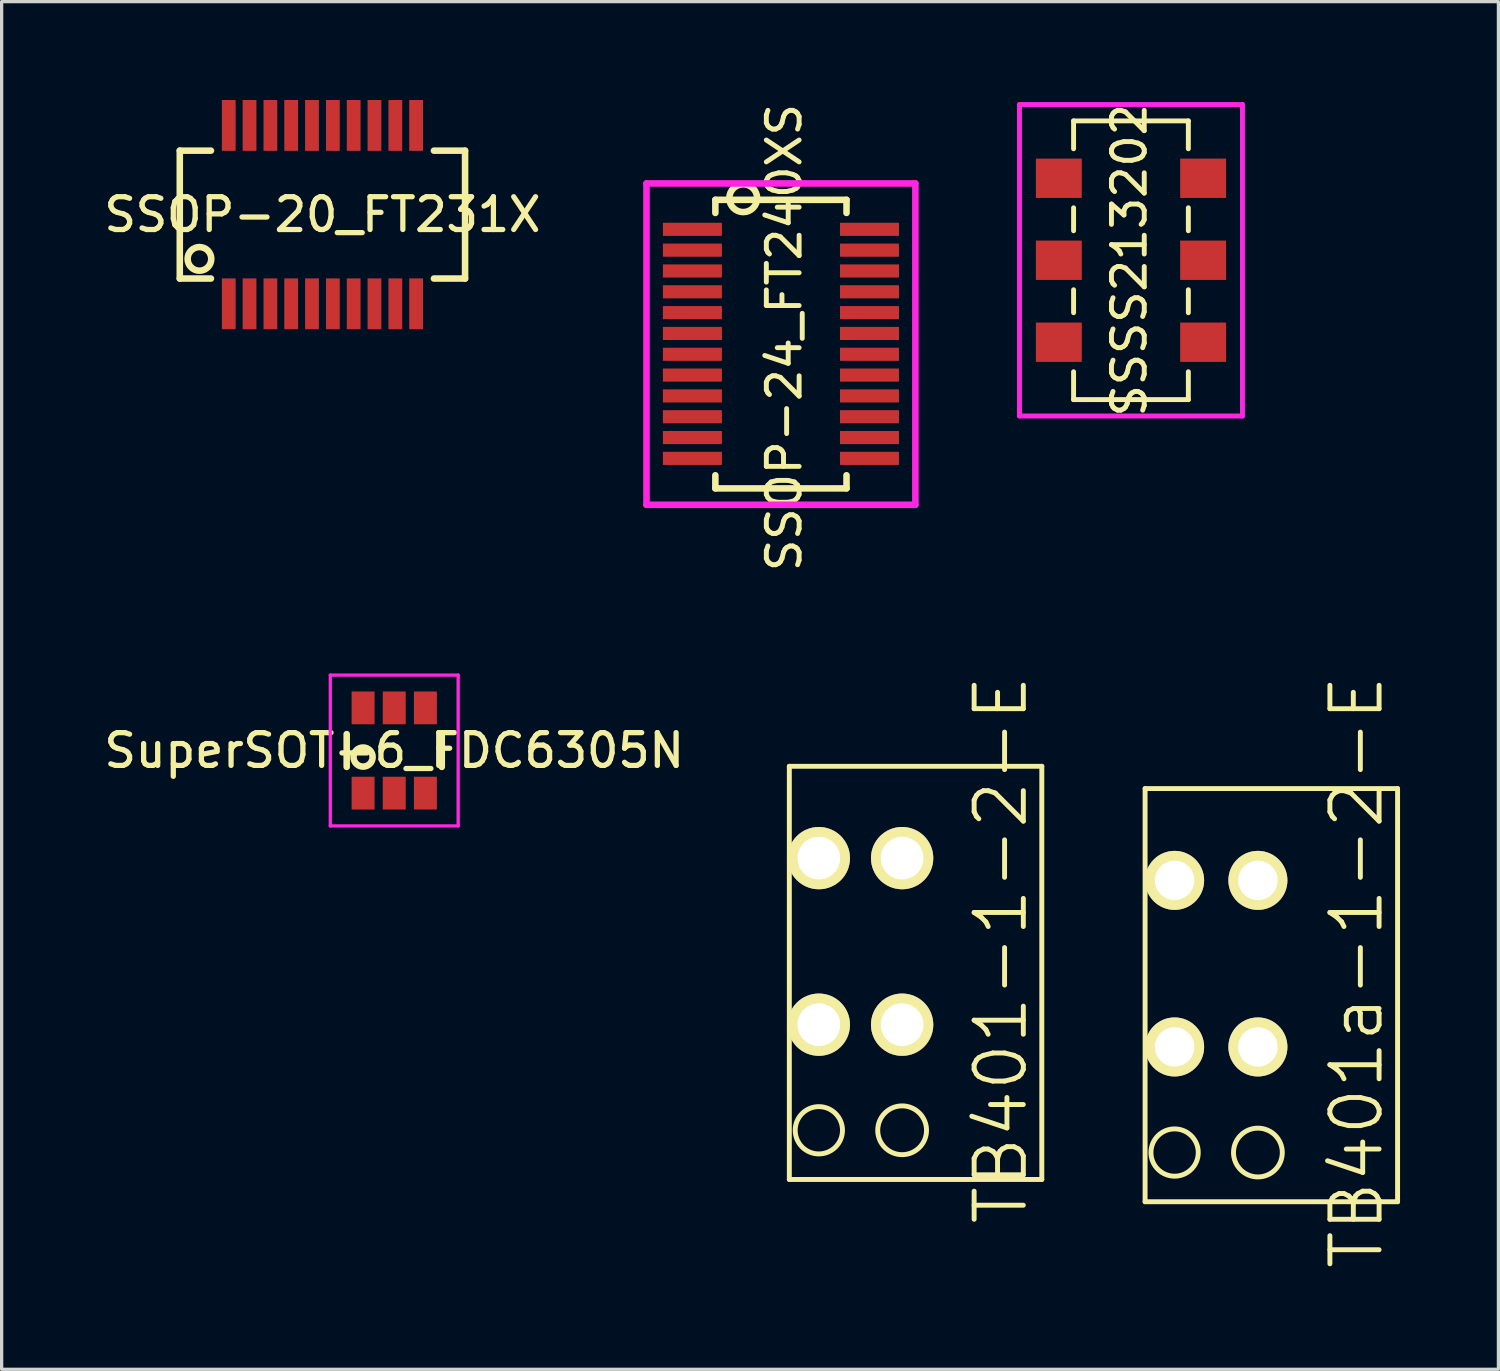
<source format=kicad_pcb>
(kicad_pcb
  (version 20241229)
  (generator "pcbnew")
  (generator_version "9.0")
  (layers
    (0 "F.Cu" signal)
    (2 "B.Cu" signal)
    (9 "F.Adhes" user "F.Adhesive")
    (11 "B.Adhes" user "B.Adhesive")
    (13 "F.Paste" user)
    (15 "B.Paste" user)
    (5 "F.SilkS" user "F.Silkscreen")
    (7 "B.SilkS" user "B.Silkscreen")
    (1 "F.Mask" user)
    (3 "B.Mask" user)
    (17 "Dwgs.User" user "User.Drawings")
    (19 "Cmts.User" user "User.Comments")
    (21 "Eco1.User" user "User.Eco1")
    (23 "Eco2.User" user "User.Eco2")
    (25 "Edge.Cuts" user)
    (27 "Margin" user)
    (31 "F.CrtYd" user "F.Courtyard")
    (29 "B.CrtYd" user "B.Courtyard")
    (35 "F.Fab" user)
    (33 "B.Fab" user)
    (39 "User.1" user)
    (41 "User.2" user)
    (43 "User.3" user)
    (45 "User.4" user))
  (footprint "TB401-1-2-E"
    (layer "F.Cu")
    (at 23.222 25.42)
    (property "Reference" "TB401-1-2-E" (at 4.25 0.5 90) (layer "F.SilkS") (effects (font (size 1.5 1.5) (thickness 0.15))))
    (attr through_hole)
    (fp_line (start -2.2 -5.1) (end 5.5 -5.1) (stroke (width 0.15) (type solid)) (layer "F.SilkS"))
    (fp_line (start -2.2 7.5) (end -2.2 -5.1) (stroke (width 0.15) (type solid)) (layer "F.SilkS"))
    (fp_line (start 5.5 -5.1) (end 5.5 7.5) (stroke (width 0.15) (type solid)) (layer "F.SilkS"))
    (fp_line (start 5.5 7.5) (end -2.2 7.5) (stroke (width 0.15) (type solid)) (layer "F.SilkS"))
    (fp_circle (center -1.3 6) (end -0.9 5.4) (stroke (width 0.15) (type solid)) (fill no) (layer "F.SilkS"))
    (fp_circle (center 1.24 6) (end 1.68 5.4) (stroke (width 0.15) (type solid)) (fill no) (layer "F.SilkS"))
    (pad "1" thru_hole circle (at -1.3 -2.3) (size 1.9 1.9) (drill 1.3) (layers "*.Cu" "*.Mask" "F.SilkS"))
    (pad "1" thru_hole circle (at -1.3 2.78) (size 1.9 1.9) (drill 1.3) (layers "*.Cu" "*.Mask" "F.SilkS"))
    (pad "2" thru_hole circle (at 1.24 -2.3) (size 1.9 1.9) (drill 1.3) (layers "*.Cu" "*.Mask" "F.SilkS"))
    (pad "2" thru_hole circle (at 1.24 2.78) (size 1.9 1.9) (drill 1.3) (layers "*.Cu" "*.Mask" "F.SilkS")))
  (footprint "SSOP-24_FT240XS"
    (layer "F.Cu")
    (at 18.066 3.944)
    (property "Reference" "SSOP-24_FT240XS" (at 2.8 3.3 90) (layer "F.SilkS") (effects (font (size 1 1) (thickness 0.15))))
    (attr through_hole)
    (fp_line (start 0.7 -0.9) (end 4.7 -0.9) (stroke (width 0.2) (type solid)) (layer "F.SilkS"))
    (fp_line (start 0.7 -0.5) (end 0.7 -0.9) (stroke (width 0.2) (type solid)) (layer "F.SilkS"))
    (fp_line (start 0.7 7.5) (end 0.7 7.9) (stroke (width 0.2) (type solid)) (layer "F.SilkS"))
    (fp_line (start 0.7 7.9) (end 4.7 7.9) (stroke (width 0.2) (type solid)) (layer "F.SilkS"))
    (fp_line (start 4.7 -0.5) (end 4.7 -0.9) (stroke (width 0.2) (type solid)) (layer "F.SilkS"))
    (fp_line (start 4.7 7.9) (end 4.7 7.5) (stroke (width 0.2) (type solid)) (layer "F.SilkS"))
    (fp_circle (center 1.55 -0.95) (end 1.85 -0.65) (stroke (width 0.2) (type solid)) (fill no) (layer "F.SilkS"))
    (fp_line (start -1.4 -1.4) (end 6.8 -1.4) (stroke (width 0.2) (type solid)) (layer "F.CrtYd"))
    (fp_line (start -1.4 8.4) (end -1.4 -1.4) (stroke (width 0.2) (type solid)) (layer "F.CrtYd"))
    (fp_line (start 6.8 -1.4) (end 6.8 8.4) (stroke (width 0.2) (type solid)) (layer "F.CrtYd"))
    (fp_line (start 6.8 8.4) (end -1.4 8.4) (stroke (width 0.2) (type solid)) (layer "F.CrtYd"))
    (pad "1" smd rect (at 0 0) (size 1.8 0.4) (layers "F.Cu" "F.Mask" "F.Paste"))
    (pad "2" smd rect (at 0 0.635) (size 1.8 0.4) (layers "F.Cu" "F.Mask" "F.Paste"))
    (pad "3" smd rect (at 0 1.27) (size 1.8 0.4) (layers "F.Cu" "F.Mask" "F.Paste"))
    (pad "4" smd rect (at 0 1.905) (size 1.8 0.4) (layers "F.Cu" "F.Mask" "F.Paste"))
    (pad "5" smd rect (at 0 2.54) (size 1.8 0.4) (layers "F.Cu" "F.Mask" "F.Paste"))
    (pad "6" smd rect (at 0 3.175) (size 1.8 0.4) (layers "F.Cu" "F.Mask" "F.Paste"))
    (pad "7" smd rect (at 0 3.81) (size 1.8 0.4) (layers "F.Cu" "F.Mask" "F.Paste"))
    (pad "8" smd rect (at 0 4.445) (size 1.8 0.4) (layers "F.Cu" "F.Mask" "F.Paste"))
    (pad "9" smd rect (at 0 5.08) (size 1.8 0.4) (layers "F.Cu" "F.Mask" "F.Paste"))
    (pad "10" smd rect (at 0 5.715) (size 1.8 0.4) (layers "F.Cu" "F.Mask" "F.Paste"))
    (pad "11" smd rect (at 0 6.35) (size 1.8 0.4) (layers "F.Cu" "F.Mask" "F.Paste"))
    (pad "12" smd rect (at 0 6.985) (size 1.8 0.4) (layers "F.Cu" "F.Mask" "F.Paste"))
    (pad "13" smd rect (at 5.4 6.985) (size 1.8 0.4) (layers "F.Cu" "F.Mask" "F.Paste"))
    (pad "14" smd rect (at 5.4 6.35) (size 1.8 0.4) (layers "F.Cu" "F.Mask" "F.Paste"))
    (pad "15" smd rect (at 5.4 5.715) (size 1.8 0.4) (layers "F.Cu" "F.Mask" "F.Paste"))
    (pad "16" smd rect (at 5.4 5.08) (size 1.8 0.4) (layers "F.Cu" "F.Mask" "F.Paste"))
    (pad "17" smd rect (at 5.4 4.445) (size 1.8 0.4) (layers "F.Cu" "F.Mask" "F.Paste"))
    (pad "18" smd rect (at 5.4 3.81) (size 1.8 0.4) (layers "F.Cu" "F.Mask" "F.Paste"))
    (pad "19" smd rect (at 5.4 3.175) (size 1.8 0.4) (layers "F.Cu" "F.Mask" "F.Paste"))
    (pad "20" smd rect (at 5.4 2.54) (size 1.8 0.4) (layers "F.Cu" "F.Mask" "F.Paste"))
    (pad "21" smd rect (at 5.4 1.905) (size 1.8 0.4) (layers "F.Cu" "F.Mask" "F.Paste"))
    (pad "22" smd rect (at 5.4 1.27) (size 1.8 0.4) (layers "F.Cu" "F.Mask" "F.Paste"))
    (pad "23" smd rect (at 5.4 0.635) (size 1.8 0.4) (layers "F.Cu" "F.Mask" "F.Paste"))
    (pad "24" smd rect (at 5.4 0) (size 1.8 0.4) (layers "F.Cu" "F.Mask" "F.Paste")))
  (footprint "SSOP-20_FT231X"
    (layer "F.Cu")
    (at 6.783 3.495)
    (property "Reference" "SSOP-20_FT231X" (at 0 0 0) (layer "F.SilkS") (effects (font (size 1 1) (thickness 0.16))))
    (attr through_hole)
    (fp_line (start -4.35 -1.95) (end -4.35 1.95) (stroke (width 0.2) (type solid)) (layer "F.SilkS"))
    (fp_line (start -4.35 -1.95) (end -3.4 -1.95) (stroke (width 0.2) (type solid)) (layer "F.SilkS"))
    (fp_line (start -4.35 1.95) (end -3.4 1.95) (stroke (width 0.2) (type solid)) (layer "F.SilkS"))
    (fp_line (start 4.35 -1.95) (end 3.4 -1.95) (stroke (width 0.2) (type solid)) (layer "F.SilkS"))
    (fp_line (start 4.35 -1.95) (end 4.35 1.95) (stroke (width 0.2) (type solid)) (layer "F.SilkS"))
    (fp_line (start 4.35 1.95) (end 3.4 1.95) (stroke (width 0.2) (type solid)) (layer "F.SilkS"))
    (fp_circle (center -3.75 1.35) (end -3.95 1.65) (stroke (width 0.2) (type solid)) (fill no) (layer "F.SilkS"))
    (pad "1" smd rect (at -2.857 2.72) (size 0.42 1.55) (layers "F.Cu" "F.Mask" "F.Paste"))
    (pad "2" smd rect (at -2.223 2.72) (size 0.42 1.55) (layers "F.Cu" "F.Mask" "F.Paste"))
    (pad "3" smd rect (at -1.587 2.72) (size 0.42 1.55) (layers "F.Cu" "F.Mask" "F.Paste"))
    (pad "4" smd rect (at -0.953 2.72) (size 0.42 1.55) (layers "F.Cu" "F.Mask" "F.Paste"))
    (pad "5" smd rect (at -0.318 2.72) (size 0.42 1.55) (layers "F.Cu" "F.Mask" "F.Paste"))
    (pad "6" smd rect (at 0.318 2.72) (size 0.42 1.55) (layers "F.Cu" "F.Mask" "F.Paste"))
    (pad "7" smd rect (at 0.953 2.72) (size 0.42 1.55) (layers "F.Cu" "F.Mask" "F.Paste"))
    (pad "8" smd rect (at 1.587 2.72) (size 0.42 1.55) (layers "F.Cu" "F.Mask" "F.Paste"))
    (pad "9" smd rect (at 2.223 2.72) (size 0.42 1.55) (layers "F.Cu" "F.Mask" "F.Paste"))
    (pad "10" smd rect (at 2.857 2.72) (size 0.42 1.55) (layers "F.Cu" "F.Mask" "F.Paste"))
    (pad "11" smd rect (at 2.857 -2.72) (size 0.42 1.55) (layers "F.Cu" "F.Mask" "F.Paste"))
    (pad "12" smd rect (at 2.223 -2.72) (size 0.42 1.55) (layers "F.Cu" "F.Mask" "F.Paste"))
    (pad "13" smd rect (at 1.587 -2.72) (size 0.42 1.55) (layers "F.Cu" "F.Mask" "F.Paste"))
    (pad "14" smd rect (at 0.953 -2.72) (size 0.42 1.55) (layers "F.Cu" "F.Mask" "F.Paste"))
    (pad "15" smd rect (at 0.318 -2.72) (size 0.42 1.55) (layers "F.Cu" "F.Mask" "F.Paste"))
    (pad "16" smd rect (at -0.318 -2.72) (size 0.42 1.55) (layers "F.Cu" "F.Mask" "F.Paste"))
    (pad "17" smd rect (at -0.953 -2.72) (size 0.42 1.55) (layers "F.Cu" "F.Mask" "F.Paste"))
    (pad "18" smd rect (at -1.587 -2.72) (size 0.42 1.55) (layers "F.Cu" "F.Mask" "F.Paste"))
    (pad "19" smd rect (at -2.223 -2.72) (size 0.42 1.55) (layers "F.Cu" "F.Mask" "F.Paste"))
    (pad "20" smd rect (at -2.857 -2.72) (size 0.42 1.55) (layers "F.Cu" "F.Mask" "F.Paste")))
  (footprint "TB401a-1-2-E"
    (layer "F.Cu")
    (at 34.072 26.099)
    (property "Reference" "TB401a-1-2-E" (at 4.25 0.5 90) (layer "F.SilkS") (effects (font (size 1.5 1.5) (thickness 0.15))))
    (attr through_hole)
    (fp_line (start -2.2 -5.1) (end 5.5 -5.1) (stroke (width 0.15) (type solid)) (layer "F.SilkS"))
    (fp_line (start -2.2 7.5) (end -2.2 -5.1) (stroke (width 0.15) (type solid)) (layer "F.SilkS"))
    (fp_line (start 5.5 -5.1) (end 5.5 7.5) (stroke (width 0.15) (type solid)) (layer "F.SilkS"))
    (fp_line (start 5.5 7.5) (end -2.2 7.5) (stroke (width 0.15) (type solid)) (layer "F.SilkS"))
    (fp_circle (center -1.3 6) (end -0.9 5.4) (stroke (width 0.15) (type solid)) (fill no) (layer "F.SilkS"))
    (fp_circle (center 1.24 6) (end 1.68 5.4) (stroke (width 0.15) (type solid)) (fill no) (layer "F.SilkS"))
    (pad "1" thru_hole circle (at -1.3 -2.3) (size 1.8 1.8) (drill 1.2) (layers "*.Cu" "*.Mask" "F.SilkS"))
    (pad "1" thru_hole circle (at -1.3 2.78) (size 1.8 1.8) (drill 1.2) (layers "*.Cu" "*.Mask" "F.SilkS"))
    (pad "2" thru_hole circle (at 1.24 -2.3) (size 1.8 1.8) (drill 1.2) (layers "*.Cu" "*.Mask" "F.SilkS"))
    (pad "2" thru_hole circle (at 1.24 2.78) (size 1.8 1.8) (drill 1.2) (layers "*.Cu" "*.Mask" "F.SilkS")))
  (footprint "SSSS213202"
    (layer "F.Cu")
    (at 29.241 2.387)
    (property "Reference" "SSSS213202" (at 2.15 2.5 90) (layer "F.SilkS") (effects (font (size 1 1) (thickness 0.15))))
    (attr through_hole)
    (fp_line (start 0.45 -1.75) (end 3.95 -1.75) (stroke (width 0.15) (type solid)) (layer "F.SilkS"))
    (fp_line (start 0.45 -0.9) (end 0.45 -1.75) (stroke (width 0.15) (type solid)) (layer "F.SilkS"))
    (fp_line (start 0.45 0.9) (end 0.45 1.6) (stroke (width 0.15) (type solid)) (layer "F.SilkS"))
    (fp_line (start 0.45 3.4) (end 0.45 4.1) (stroke (width 0.15) (type solid)) (layer "F.SilkS"))
    (fp_line (start 0.45 5.9) (end 0.45 6.75) (stroke (width 0.15) (type solid)) (layer "F.SilkS"))
    (fp_line (start 0.45 6.75) (end 3.95 6.75) (stroke (width 0.15) (type solid)) (layer "F.SilkS"))
    (fp_line (start 3.95 -1.75) (end 3.95 -0.9) (stroke (width 0.15) (type solid)) (layer "F.SilkS"))
    (fp_line (start 3.95 0.9) (end 3.95 1.6) (stroke (width 0.15) (type solid)) (layer "F.SilkS"))
    (fp_line (start 3.95 3.4) (end 3.95 4.1) (stroke (width 0.15) (type solid)) (layer "F.SilkS"))
    (fp_line (start 3.95 6.75) (end 3.95 5.9) (stroke (width 0.15) (type solid)) (layer "F.SilkS"))
    (fp_line (start -1.2 -2.25) (end 5.6 -2.25) (stroke (width 0.15) (type solid)) (layer "F.CrtYd"))
    (fp_line (start -1.2 7.25) (end -1.2 -2.25) (stroke (width 0.15) (type solid)) (layer "F.CrtYd"))
    (fp_line (start 5.6 -2.25) (end 5.6 7.25) (stroke (width 0.15) (type solid)) (layer "F.CrtYd"))
    (fp_line (start 5.6 7.25) (end -1.2 7.25) (stroke (width 0.15) (type solid)) (layer "F.CrtYd"))
    (pad "1" smd rect (at 0 0) (size 1.4 1.2) (layers "F.Cu" "F.Mask" "F.Paste"))
    (pad "2" smd rect (at 0 2.5) (size 1.4 1.2) (layers "F.Cu" "F.Mask" "F.Paste"))
    (pad "3" smd rect (at 0 5) (size 1.4 1.2) (layers "F.Cu" "F.Mask" "F.Paste"))
    (pad "4" smd rect (at 4.4 0) (size 1.4 1.2) (layers "F.Cu" "F.Mask" "F.Paste"))
    (pad "5" smd rect (at 4.4 2.5) (size 1.4 1.2) (layers "F.Cu" "F.Mask" "F.Paste"))
    (pad "6" smd rect (at 4.4 5) (size 1.4 1.2) (layers "F.Cu" "F.Mask" "F.Paste")))
  (footprint "SuperSOT-6_FDC6305N"
    (layer "F.Cu")
    (at 8.973 19.838)
    (property "Reference" "SuperSOT-6_FDC6305N" (at 0 0 0) (layer "F.SilkS") (effects (font (size 1 1) (thickness 0.16))))
    (attr through_hole)
    (fp_line (start -1.45 -0.5) (end -1.45 0.5) (stroke (width 0.2) (type solid)) (layer "F.SilkS"))
    (fp_line (start 1.45 -0.5) (end 1.45 0.5) (stroke (width 0.2) (type solid)) (layer "F.SilkS"))
    (fp_circle (center -0.95 0.2) (end -0.7 0.35) (stroke (width 0.2) (type solid)) (fill no) (layer "F.SilkS"))
    (fp_line (start -1.95 -2.3) (end 1.95 -2.3) (stroke (width 0.1) (type solid)) (layer "F.CrtYd"))
    (fp_line (start -1.95 2.3) (end -1.95 -2.3) (stroke (width 0.1) (type solid)) (layer "F.CrtYd"))
    (fp_line (start 1.95 -2.3) (end 1.95 2.3) (stroke (width 0.1) (type solid)) (layer "F.CrtYd"))
    (fp_line (start 1.95 2.3) (end -1.95 2.3) (stroke (width 0.1) (type solid)) (layer "F.CrtYd"))
    (pad "1" smd rect (at -0.95 1.3) (size 0.7 1) (layers "F.Cu" "F.Mask" "F.Paste"))
    (pad "2" smd rect (at 0 1.3) (size 0.7 1) (layers "F.Cu" "F.Mask" "F.Paste"))
    (pad "3" smd rect (at 0.95 1.3) (size 0.7 1) (layers "F.Cu" "F.Mask" "F.Paste"))
    (pad "4" smd rect (at 0.95 -1.3) (size 0.7 1) (layers "F.Cu" "F.Mask" "F.Paste"))
    (pad "5" smd rect (at 0 -1.3) (size 0.7 1) (layers "F.Cu" "F.Mask" "F.Paste"))
    (pad "6" smd rect (at -0.95 -1.3) (size 0.7 1) (layers "F.Cu" "F.Mask" "F.Paste")))
  (gr_rect
    (start -3 -3)
    (end 42.647 38.71)
    (stroke (width 0.1) (type default))
    (fill no)
    (layer "Edge.Cuts")))
</source>
